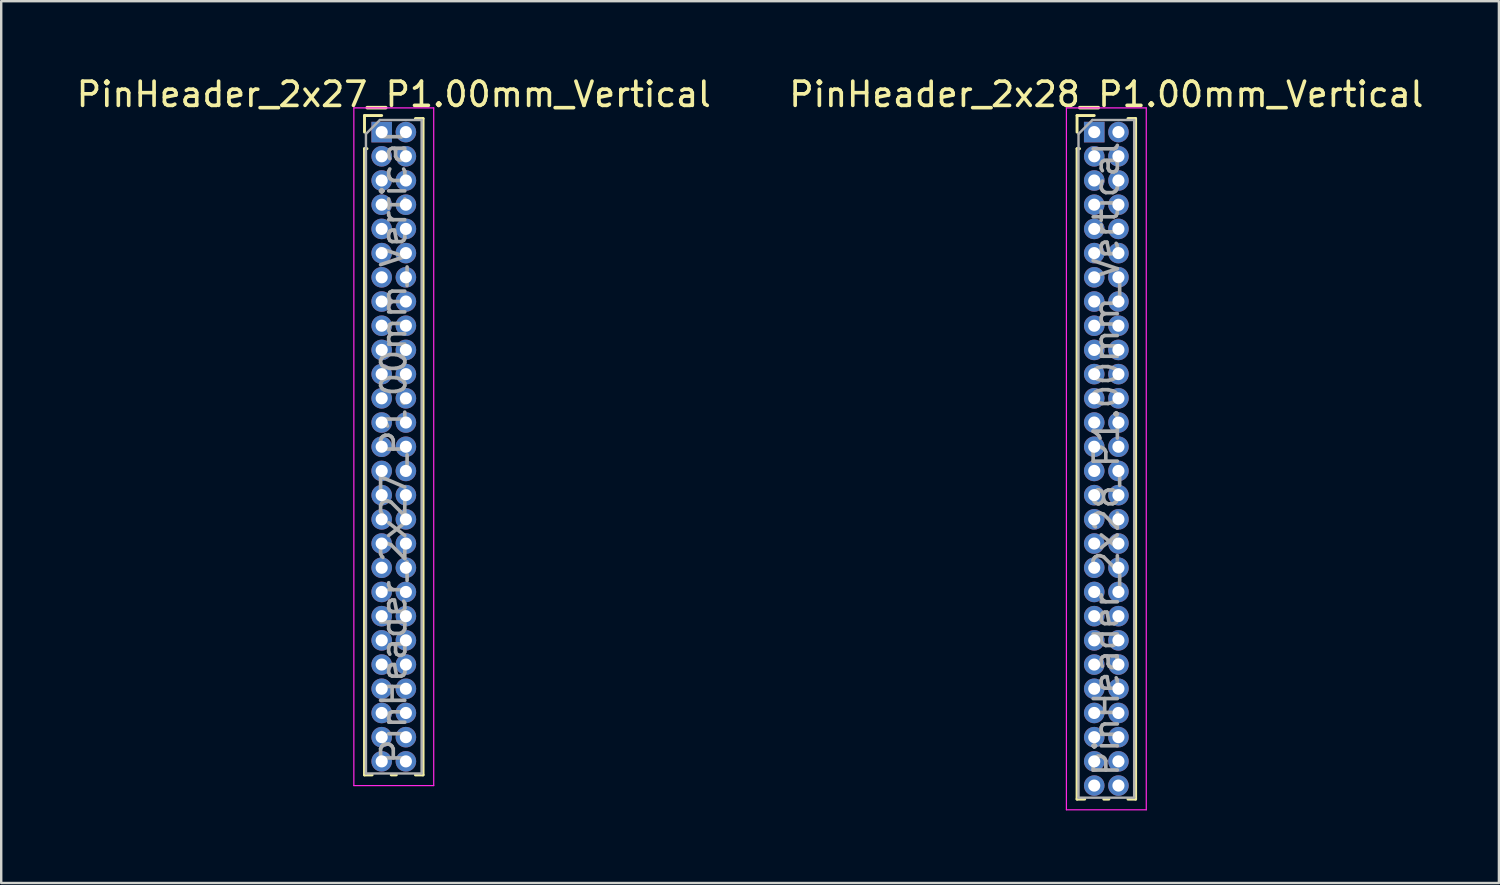
<source format=kicad_pcb>
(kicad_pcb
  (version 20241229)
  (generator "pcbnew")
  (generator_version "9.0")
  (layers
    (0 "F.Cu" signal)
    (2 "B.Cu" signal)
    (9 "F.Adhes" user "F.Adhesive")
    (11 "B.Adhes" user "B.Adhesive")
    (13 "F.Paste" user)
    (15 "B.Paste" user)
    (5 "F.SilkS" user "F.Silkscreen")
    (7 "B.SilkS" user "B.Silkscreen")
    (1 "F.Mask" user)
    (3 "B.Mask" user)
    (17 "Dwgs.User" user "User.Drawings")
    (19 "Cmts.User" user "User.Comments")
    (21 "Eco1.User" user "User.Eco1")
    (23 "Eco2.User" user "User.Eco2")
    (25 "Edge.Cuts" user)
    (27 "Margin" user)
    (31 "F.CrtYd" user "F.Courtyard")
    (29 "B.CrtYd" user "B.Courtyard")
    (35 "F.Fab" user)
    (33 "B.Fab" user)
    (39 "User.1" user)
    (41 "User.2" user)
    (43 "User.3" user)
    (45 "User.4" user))
  (footprint "PinHeader_2x28_P1.00mm_Vertical"
    (layer "F.Cu")
    (at 42.161 2.408)
    (property "Reference" "PinHeader_2x28_P1.00mm_Vertical" (at 0.5 -1.56 0) (layer "F.SilkS") (effects (font (size 1 1) (thickness 0.15))))
    (attr through_hole)
    (fp_line (start -0.71 -0.685) (end 0 -0.685) (stroke (width 0.12) (type solid)) (layer "F.SilkS"))
    (fp_line (start -0.71 0) (end -0.71 -0.685) (stroke (width 0.12) (type solid)) (layer "F.SilkS"))
    (fp_line (start -0.71 0.685) (end -0.71 27.56) (stroke (width 0.12) (type solid)) (layer "F.SilkS"))
    (fp_line (start -0.71 0.685) (end -0.608 0.685) (stroke (width 0.12) (type solid)) (layer "F.SilkS"))
    (fp_line (start -0.71 27.56) (end -0.394 27.56) (stroke (width 0.12) (type solid)) (layer "F.SilkS"))
    (fp_line (start 0.394 27.56) (end 0.606 27.56) (stroke (width 0.12) (type solid)) (layer "F.SilkS"))
    (fp_line (start 1.394 -0.56) (end 1.71 -0.56) (stroke (width 0.12) (type solid)) (layer "F.SilkS"))
    (fp_line (start 1.394 27.56) (end 1.71 27.56) (stroke (width 0.12) (type solid)) (layer "F.SilkS"))
    (fp_line (start 1.71 -0.56) (end 1.71 27.56) (stroke (width 0.12) (type solid)) (layer "F.SilkS"))
    (fp_line (start -1.15 -1) (end -1.15 28) (stroke (width 0.05) (type solid)) (layer "F.CrtYd"))
    (fp_line (start -1.15 28) (end 2.15 28) (stroke (width 0.05) (type solid)) (layer "F.CrtYd"))
    (fp_line (start 2.15 -1) (end -1.15 -1) (stroke (width 0.05) (type solid)) (layer "F.CrtYd"))
    (fp_line (start 2.15 28) (end 2.15 -1) (stroke (width 0.05) (type solid)) (layer "F.CrtYd"))
    (fp_line (start -0.65 0.075) (end -0.075 -0.5) (stroke (width 0.1) (type solid)) (layer "F.Fab"))
    (fp_line (start -0.65 27.5) (end -0.65 0.075) (stroke (width 0.1) (type solid)) (layer "F.Fab"))
    (fp_line (start -0.075 -0.5) (end 1.65 -0.5) (stroke (width 0.1) (type solid)) (layer "F.Fab"))
    (fp_line (start 1.65 -0.5) (end 1.65 27.5) (stroke (width 0.1) (type solid)) (layer "F.Fab"))
    (fp_line (start 1.65 27.5) (end -0.65 27.5) (stroke (width 0.1) (type solid)) (layer "F.Fab"))
    (fp_text user "${REFERENCE}" (at 0.5 13.5 90) (layer "F.Fab") (effects (font (size 1 1) (thickness 0.15))))
    (pad "1" thru_hole rect (at 0 0) (size 0.85 0.85) (drill 0.5) (layers "*.Cu" "*.Mask"))
    (pad "2" thru_hole oval (at 1 0) (size 0.85 0.85) (drill 0.5) (layers "*.Cu" "*.Mask"))
    (pad "3" thru_hole oval (at 0 1) (size 0.85 0.85) (drill 0.5) (layers "*.Cu" "*.Mask"))
    (pad "4" thru_hole oval (at 1 1) (size 0.85 0.85) (drill 0.5) (layers "*.Cu" "*.Mask"))
    (pad "5" thru_hole oval (at 0 2) (size 0.85 0.85) (drill 0.5) (layers "*.Cu" "*.Mask"))
    (pad "6" thru_hole oval (at 1 2) (size 0.85 0.85) (drill 0.5) (layers "*.Cu" "*.Mask"))
    (pad "7" thru_hole oval (at 0 3) (size 0.85 0.85) (drill 0.5) (layers "*.Cu" "*.Mask"))
    (pad "8" thru_hole oval (at 1 3) (size 0.85 0.85) (drill 0.5) (layers "*.Cu" "*.Mask"))
    (pad "9" thru_hole oval (at 0 4) (size 0.85 0.85) (drill 0.5) (layers "*.Cu" "*.Mask"))
    (pad "10" thru_hole oval (at 1 4) (size 0.85 0.85) (drill 0.5) (layers "*.Cu" "*.Mask"))
    (pad "11" thru_hole oval (at 0 5) (size 0.85 0.85) (drill 0.5) (layers "*.Cu" "*.Mask"))
    (pad "12" thru_hole oval (at 1 5) (size 0.85 0.85) (drill 0.5) (layers "*.Cu" "*.Mask"))
    (pad "13" thru_hole oval (at 0 6) (size 0.85 0.85) (drill 0.5) (layers "*.Cu" "*.Mask"))
    (pad "14" thru_hole oval (at 1 6) (size 0.85 0.85) (drill 0.5) (layers "*.Cu" "*.Mask"))
    (pad "15" thru_hole oval (at 0 7) (size 0.85 0.85) (drill 0.5) (layers "*.Cu" "*.Mask"))
    (pad "16" thru_hole oval (at 1 7) (size 0.85 0.85) (drill 0.5) (layers "*.Cu" "*.Mask"))
    (pad "17" thru_hole oval (at 0 8) (size 0.85 0.85) (drill 0.5) (layers "*.Cu" "*.Mask"))
    (pad "18" thru_hole oval (at 1 8) (size 0.85 0.85) (drill 0.5) (layers "*.Cu" "*.Mask"))
    (pad "19" thru_hole oval (at 0 9) (size 0.85 0.85) (drill 0.5) (layers "*.Cu" "*.Mask"))
    (pad "20" thru_hole oval (at 1 9) (size 0.85 0.85) (drill 0.5) (layers "*.Cu" "*.Mask"))
    (pad "21" thru_hole oval (at 0 10) (size 0.85 0.85) (drill 0.5) (layers "*.Cu" "*.Mask"))
    (pad "22" thru_hole oval (at 1 10) (size 0.85 0.85) (drill 0.5) (layers "*.Cu" "*.Mask"))
    (pad "23" thru_hole oval (at 0 11) (size 0.85 0.85) (drill 0.5) (layers "*.Cu" "*.Mask"))
    (pad "24" thru_hole oval (at 1 11) (size 0.85 0.85) (drill 0.5) (layers "*.Cu" "*.Mask"))
    (pad "25" thru_hole oval (at 0 12) (size 0.85 0.85) (drill 0.5) (layers "*.Cu" "*.Mask"))
    (pad "26" thru_hole oval (at 1 12) (size 0.85 0.85) (drill 0.5) (layers "*.Cu" "*.Mask"))
    (pad "27" thru_hole oval (at 0 13) (size 0.85 0.85) (drill 0.5) (layers "*.Cu" "*.Mask"))
    (pad "28" thru_hole oval (at 1 13) (size 0.85 0.85) (drill 0.5) (layers "*.Cu" "*.Mask"))
    (pad "29" thru_hole oval (at 0 14) (size 0.85 0.85) (drill 0.5) (layers "*.Cu" "*.Mask"))
    (pad "30" thru_hole oval (at 1 14) (size 0.85 0.85) (drill 0.5) (layers "*.Cu" "*.Mask"))
    (pad "31" thru_hole oval (at 0 15) (size 0.85 0.85) (drill 0.5) (layers "*.Cu" "*.Mask"))
    (pad "32" thru_hole oval (at 1 15) (size 0.85 0.85) (drill 0.5) (layers "*.Cu" "*.Mask"))
    (pad "33" thru_hole oval (at 0 16) (size 0.85 0.85) (drill 0.5) (layers "*.Cu" "*.Mask"))
    (pad "34" thru_hole oval (at 1 16) (size 0.85 0.85) (drill 0.5) (layers "*.Cu" "*.Mask"))
    (pad "35" thru_hole oval (at 0 17) (size 0.85 0.85) (drill 0.5) (layers "*.Cu" "*.Mask"))
    (pad "36" thru_hole oval (at 1 17) (size 0.85 0.85) (drill 0.5) (layers "*.Cu" "*.Mask"))
    (pad "37" thru_hole oval (at 0 18) (size 0.85 0.85) (drill 0.5) (layers "*.Cu" "*.Mask"))
    (pad "38" thru_hole oval (at 1 18) (size 0.85 0.85) (drill 0.5) (layers "*.Cu" "*.Mask"))
    (pad "39" thru_hole oval (at 0 19) (size 0.85 0.85) (drill 0.5) (layers "*.Cu" "*.Mask"))
    (pad "40" thru_hole oval (at 1 19) (size 0.85 0.85) (drill 0.5) (layers "*.Cu" "*.Mask"))
    (pad "41" thru_hole oval (at 0 20) (size 0.85 0.85) (drill 0.5) (layers "*.Cu" "*.Mask"))
    (pad "42" thru_hole oval (at 1 20) (size 0.85 0.85) (drill 0.5) (layers "*.Cu" "*.Mask"))
    (pad "43" thru_hole oval (at 0 21) (size 0.85 0.85) (drill 0.5) (layers "*.Cu" "*.Mask"))
    (pad "44" thru_hole oval (at 1 21) (size 0.85 0.85) (drill 0.5) (layers "*.Cu" "*.Mask"))
    (pad "45" thru_hole oval (at 0 22) (size 0.85 0.85) (drill 0.5) (layers "*.Cu" "*.Mask"))
    (pad "46" thru_hole oval (at 1 22) (size 0.85 0.85) (drill 0.5) (layers "*.Cu" "*.Mask"))
    (pad "47" thru_hole oval (at 0 23) (size 0.85 0.85) (drill 0.5) (layers "*.Cu" "*.Mask"))
    (pad "48" thru_hole oval (at 1 23) (size 0.85 0.85) (drill 0.5) (layers "*.Cu" "*.Mask"))
    (pad "49" thru_hole oval (at 0 24) (size 0.85 0.85) (drill 0.5) (layers "*.Cu" "*.Mask"))
    (pad "50" thru_hole oval (at 1 24) (size 0.85 0.85) (drill 0.5) (layers "*.Cu" "*.Mask"))
    (pad "51" thru_hole oval (at 0 25) (size 0.85 0.85) (drill 0.5) (layers "*.Cu" "*.Mask"))
    (pad "52" thru_hole oval (at 1 25) (size 0.85 0.85) (drill 0.5) (layers "*.Cu" "*.Mask"))
    (pad "53" thru_hole oval (at 0 26) (size 0.85 0.85) (drill 0.5) (layers "*.Cu" "*.Mask"))
    (pad "54" thru_hole oval (at 1 26) (size 0.85 0.85) (drill 0.5) (layers "*.Cu" "*.Mask"))
    (pad "55" thru_hole oval (at 0 27) (size 0.85 0.85) (drill 0.5) (layers "*.Cu" "*.Mask"))
    (pad "56" thru_hole oval (at 1 27) (size 0.85 0.85) (drill 0.5) (layers "*.Cu" "*.Mask")))
  (footprint "PinHeader_2x27_P1.00mm_Vertical"
    (layer "F.Cu")
    (at 12.72 2.408)
    (property "Reference" "PinHeader_2x27_P1.00mm_Vertical" (at 0.5 -1.56 0) (layer "F.SilkS") (effects (font (size 1 1) (thickness 0.15))))
    (attr through_hole)
    (fp_line (start -0.71 -0.685) (end 0 -0.685) (stroke (width 0.12) (type solid)) (layer "F.SilkS"))
    (fp_line (start -0.71 0) (end -0.71 -0.685) (stroke (width 0.12) (type solid)) (layer "F.SilkS"))
    (fp_line (start -0.71 0.685) (end -0.71 26.56) (stroke (width 0.12) (type solid)) (layer "F.SilkS"))
    (fp_line (start -0.71 0.685) (end -0.608 0.685) (stroke (width 0.12) (type solid)) (layer "F.SilkS"))
    (fp_line (start -0.71 26.56) (end -0.394 26.56) (stroke (width 0.12) (type solid)) (layer "F.SilkS"))
    (fp_line (start 0.394 26.56) (end 0.606 26.56) (stroke (width 0.12) (type solid)) (layer "F.SilkS"))
    (fp_line (start 1.394 -0.56) (end 1.71 -0.56) (stroke (width 0.12) (type solid)) (layer "F.SilkS"))
    (fp_line (start 1.394 26.56) (end 1.71 26.56) (stroke (width 0.12) (type solid)) (layer "F.SilkS"))
    (fp_line (start 1.71 -0.56) (end 1.71 26.56) (stroke (width 0.12) (type solid)) (layer "F.SilkS"))
    (fp_line (start -1.15 -1) (end -1.15 27) (stroke (width 0.05) (type solid)) (layer "F.CrtYd"))
    (fp_line (start -1.15 27) (end 2.15 27) (stroke (width 0.05) (type solid)) (layer "F.CrtYd"))
    (fp_line (start 2.15 -1) (end -1.15 -1) (stroke (width 0.05) (type solid)) (layer "F.CrtYd"))
    (fp_line (start 2.15 27) (end 2.15 -1) (stroke (width 0.05) (type solid)) (layer "F.CrtYd"))
    (fp_line (start -0.65 0.075) (end -0.075 -0.5) (stroke (width 0.1) (type solid)) (layer "F.Fab"))
    (fp_line (start -0.65 26.5) (end -0.65 0.075) (stroke (width 0.1) (type solid)) (layer "F.Fab"))
    (fp_line (start -0.075 -0.5) (end 1.65 -0.5) (stroke (width 0.1) (type solid)) (layer "F.Fab"))
    (fp_line (start 1.65 -0.5) (end 1.65 26.5) (stroke (width 0.1) (type solid)) (layer "F.Fab"))
    (fp_line (start 1.65 26.5) (end -0.65 26.5) (stroke (width 0.1) (type solid)) (layer "F.Fab"))
    (fp_text user "${REFERENCE}" (at 0.5 13 90) (layer "F.Fab") (effects (font (size 1 1) (thickness 0.15))))
    (pad "1" thru_hole rect (at 0 0) (size 0.85 0.85) (drill 0.5) (layers "*.Cu" "*.Mask"))
    (pad "2" thru_hole oval (at 1 0) (size 0.85 0.85) (drill 0.5) (layers "*.Cu" "*.Mask"))
    (pad "3" thru_hole oval (at 0 1) (size 0.85 0.85) (drill 0.5) (layers "*.Cu" "*.Mask"))
    (pad "4" thru_hole oval (at 1 1) (size 0.85 0.85) (drill 0.5) (layers "*.Cu" "*.Mask"))
    (pad "5" thru_hole oval (at 0 2) (size 0.85 0.85) (drill 0.5) (layers "*.Cu" "*.Mask"))
    (pad "6" thru_hole oval (at 1 2) (size 0.85 0.85) (drill 0.5) (layers "*.Cu" "*.Mask"))
    (pad "7" thru_hole oval (at 0 3) (size 0.85 0.85) (drill 0.5) (layers "*.Cu" "*.Mask"))
    (pad "8" thru_hole oval (at 1 3) (size 0.85 0.85) (drill 0.5) (layers "*.Cu" "*.Mask"))
    (pad "9" thru_hole oval (at 0 4) (size 0.85 0.85) (drill 0.5) (layers "*.Cu" "*.Mask"))
    (pad "10" thru_hole oval (at 1 4) (size 0.85 0.85) (drill 0.5) (layers "*.Cu" "*.Mask"))
    (pad "11" thru_hole oval (at 0 5) (size 0.85 0.85) (drill 0.5) (layers "*.Cu" "*.Mask"))
    (pad "12" thru_hole oval (at 1 5) (size 0.85 0.85) (drill 0.5) (layers "*.Cu" "*.Mask"))
    (pad "13" thru_hole oval (at 0 6) (size 0.85 0.85) (drill 0.5) (layers "*.Cu" "*.Mask"))
    (pad "14" thru_hole oval (at 1 6) (size 0.85 0.85) (drill 0.5) (layers "*.Cu" "*.Mask"))
    (pad "15" thru_hole oval (at 0 7) (size 0.85 0.85) (drill 0.5) (layers "*.Cu" "*.Mask"))
    (pad "16" thru_hole oval (at 1 7) (size 0.85 0.85) (drill 0.5) (layers "*.Cu" "*.Mask"))
    (pad "17" thru_hole oval (at 0 8) (size 0.85 0.85) (drill 0.5) (layers "*.Cu" "*.Mask"))
    (pad "18" thru_hole oval (at 1 8) (size 0.85 0.85) (drill 0.5) (layers "*.Cu" "*.Mask"))
    (pad "19" thru_hole oval (at 0 9) (size 0.85 0.85) (drill 0.5) (layers "*.Cu" "*.Mask"))
    (pad "20" thru_hole oval (at 1 9) (size 0.85 0.85) (drill 0.5) (layers "*.Cu" "*.Mask"))
    (pad "21" thru_hole oval (at 0 10) (size 0.85 0.85) (drill 0.5) (layers "*.Cu" "*.Mask"))
    (pad "22" thru_hole oval (at 1 10) (size 0.85 0.85) (drill 0.5) (layers "*.Cu" "*.Mask"))
    (pad "23" thru_hole oval (at 0 11) (size 0.85 0.85) (drill 0.5) (layers "*.Cu" "*.Mask"))
    (pad "24" thru_hole oval (at 1 11) (size 0.85 0.85) (drill 0.5) (layers "*.Cu" "*.Mask"))
    (pad "25" thru_hole oval (at 0 12) (size 0.85 0.85) (drill 0.5) (layers "*.Cu" "*.Mask"))
    (pad "26" thru_hole oval (at 1 12) (size 0.85 0.85) (drill 0.5) (layers "*.Cu" "*.Mask"))
    (pad "27" thru_hole oval (at 0 13) (size 0.85 0.85) (drill 0.5) (layers "*.Cu" "*.Mask"))
    (pad "28" thru_hole oval (at 1 13) (size 0.85 0.85) (drill 0.5) (layers "*.Cu" "*.Mask"))
    (pad "29" thru_hole oval (at 0 14) (size 0.85 0.85) (drill 0.5) (layers "*.Cu" "*.Mask"))
    (pad "30" thru_hole oval (at 1 14) (size 0.85 0.85) (drill 0.5) (layers "*.Cu" "*.Mask"))
    (pad "31" thru_hole oval (at 0 15) (size 0.85 0.85) (drill 0.5) (layers "*.Cu" "*.Mask"))
    (pad "32" thru_hole oval (at 1 15) (size 0.85 0.85) (drill 0.5) (layers "*.Cu" "*.Mask"))
    (pad "33" thru_hole oval (at 0 16) (size 0.85 0.85) (drill 0.5) (layers "*.Cu" "*.Mask"))
    (pad "34" thru_hole oval (at 1 16) (size 0.85 0.85) (drill 0.5) (layers "*.Cu" "*.Mask"))
    (pad "35" thru_hole oval (at 0 17) (size 0.85 0.85) (drill 0.5) (layers "*.Cu" "*.Mask"))
    (pad "36" thru_hole oval (at 1 17) (size 0.85 0.85) (drill 0.5) (layers "*.Cu" "*.Mask"))
    (pad "37" thru_hole oval (at 0 18) (size 0.85 0.85) (drill 0.5) (layers "*.Cu" "*.Mask"))
    (pad "38" thru_hole oval (at 1 18) (size 0.85 0.85) (drill 0.5) (layers "*.Cu" "*.Mask"))
    (pad "39" thru_hole oval (at 0 19) (size 0.85 0.85) (drill 0.5) (layers "*.Cu" "*.Mask"))
    (pad "40" thru_hole oval (at 1 19) (size 0.85 0.85) (drill 0.5) (layers "*.Cu" "*.Mask"))
    (pad "41" thru_hole oval (at 0 20) (size 0.85 0.85) (drill 0.5) (layers "*.Cu" "*.Mask"))
    (pad "42" thru_hole oval (at 1 20) (size 0.85 0.85) (drill 0.5) (layers "*.Cu" "*.Mask"))
    (pad "43" thru_hole oval (at 0 21) (size 0.85 0.85) (drill 0.5) (layers "*.Cu" "*.Mask"))
    (pad "44" thru_hole oval (at 1 21) (size 0.85 0.85) (drill 0.5) (layers "*.Cu" "*.Mask"))
    (pad "45" thru_hole oval (at 0 22) (size 0.85 0.85) (drill 0.5) (layers "*.Cu" "*.Mask"))
    (pad "46" thru_hole oval (at 1 22) (size 0.85 0.85) (drill 0.5) (layers "*.Cu" "*.Mask"))
    (pad "47" thru_hole oval (at 0 23) (size 0.85 0.85) (drill 0.5) (layers "*.Cu" "*.Mask"))
    (pad "48" thru_hole oval (at 1 23) (size 0.85 0.85) (drill 0.5) (layers "*.Cu" "*.Mask"))
    (pad "49" thru_hole oval (at 0 24) (size 0.85 0.85) (drill 0.5) (layers "*.Cu" "*.Mask"))
    (pad "50" thru_hole oval (at 1 24) (size 0.85 0.85) (drill 0.5) (layers "*.Cu" "*.Mask"))
    (pad "51" thru_hole oval (at 0 25) (size 0.85 0.85) (drill 0.5) (layers "*.Cu" "*.Mask"))
    (pad "52" thru_hole oval (at 1 25) (size 0.85 0.85) (drill 0.5) (layers "*.Cu" "*.Mask"))
    (pad "53" thru_hole oval (at 0 26) (size 0.85 0.85) (drill 0.5) (layers "*.Cu" "*.Mask"))
    (pad "54" thru_hole oval (at 1 26) (size 0.85 0.85) (drill 0.5) (layers "*.Cu" "*.Mask")))
  (gr_rect
    (start -3 -3)
    (end 58.881 33.433)
    (stroke (width 0.1) (type default))
    (fill no)
    (layer "Edge.Cuts")))
</source>
